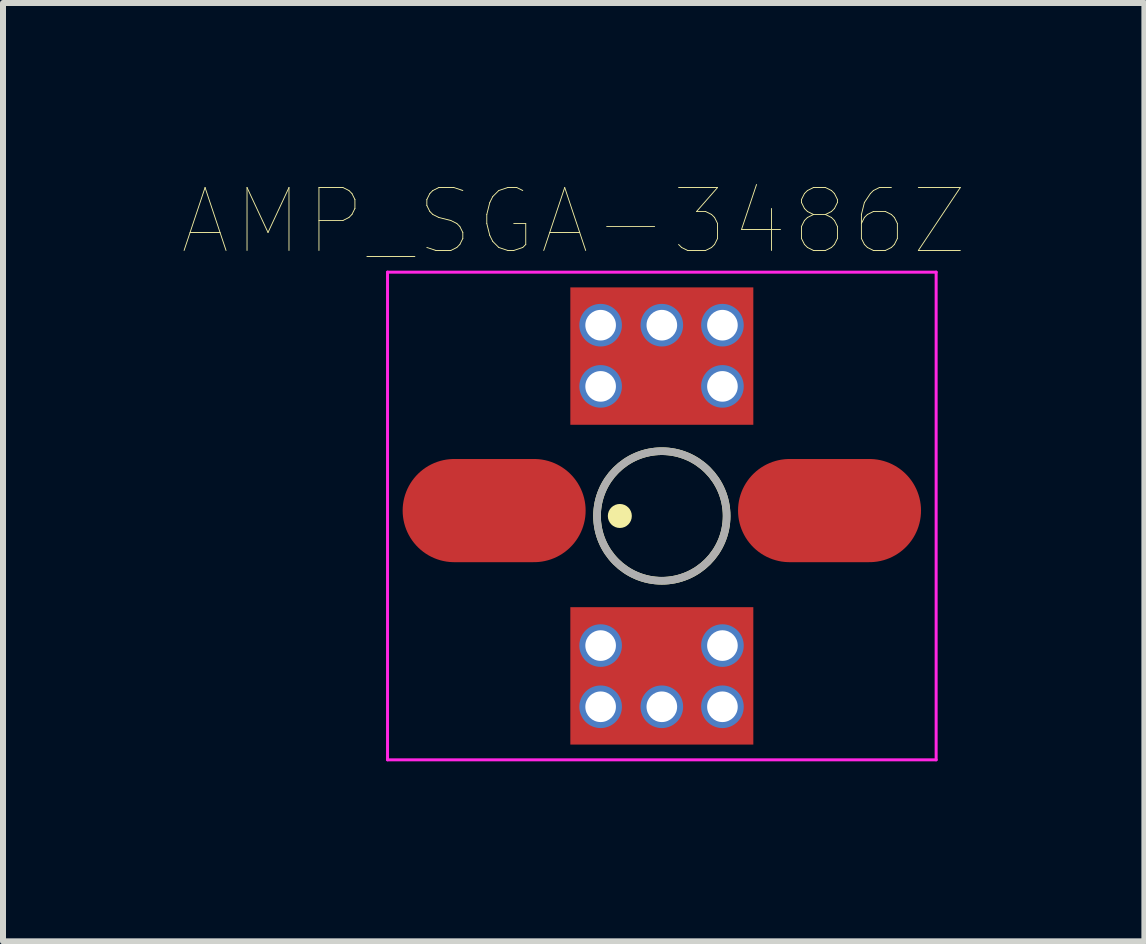
<source format=kicad_pcb>
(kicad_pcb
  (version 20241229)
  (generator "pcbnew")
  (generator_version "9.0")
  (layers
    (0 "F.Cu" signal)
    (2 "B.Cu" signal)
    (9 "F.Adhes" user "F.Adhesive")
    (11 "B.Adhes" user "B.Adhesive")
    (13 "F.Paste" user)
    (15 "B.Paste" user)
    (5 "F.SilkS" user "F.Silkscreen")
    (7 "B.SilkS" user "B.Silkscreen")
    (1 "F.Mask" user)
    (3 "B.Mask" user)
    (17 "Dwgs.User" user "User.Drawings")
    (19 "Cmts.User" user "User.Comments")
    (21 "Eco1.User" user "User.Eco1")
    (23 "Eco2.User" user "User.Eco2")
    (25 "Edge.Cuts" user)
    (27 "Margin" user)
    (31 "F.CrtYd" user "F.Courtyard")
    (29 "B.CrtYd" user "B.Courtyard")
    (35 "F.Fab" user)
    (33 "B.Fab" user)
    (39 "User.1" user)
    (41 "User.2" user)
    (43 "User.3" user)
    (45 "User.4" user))
  (footprint "AMP_SGA-3486Z"
    (layer "F.Cu")
    (at 7.981 5.55)
    (property "Reference" "AMP_SGA-3486Z" (at -1.469 -4.91 0) (layer "F.SilkS") (effects (font (size 1.049 1.049) (thickness 0.015))))
    (attr through_hole)
    (fp_circle (center -0.7 0) (end -0.6 0) (stroke (width 0.2) (type solid)) (fill no) (layer "F.SilkS"))
    (fp_circle (center 0 0) (end 1.08 0) (stroke (width 0.127) (type solid)) (fill no) (layer "F.SilkS"))
    (fp_line (start -4.572 -4.064) (end 4.572 -4.064) (stroke (width 0.05) (type solid)) (layer "F.CrtYd"))
    (fp_line (start -4.572 4.064) (end -4.572 -4.064) (stroke (width 0.05) (type solid)) (layer "F.CrtYd"))
    (fp_line (start 4.572 -4.064) (end 4.572 4.064) (stroke (width 0.05) (type solid)) (layer "F.CrtYd"))
    (fp_line (start 4.572 4.064) (end -4.572 4.064) (stroke (width 0.05) (type solid)) (layer "F.CrtYd"))
    (fp_circle (center 0 0) (end 1.08 0) (stroke (width 0.127) (type solid)) (fill no) (layer "F.Fab"))
    (pad "1" smd oval (at -2.795 -0.09) (size 3.05 1.72) (layers "F.Cu" "F.Mask" "F.Paste"))
    (pad "2" smd rect (at 0 2.665) (size 3.05 2.29) (layers "F.Cu" "F.Mask" "F.Paste"))
    (pad "3" smd oval (at 2.795 -0.09) (size 3.05 1.72) (layers "F.Cu" "F.Mask" "F.Paste"))
    (pad "4" smd rect (at 0 -2.665) (size 3.05 2.29) (layers "F.Cu" "F.Mask" "F.Paste"))
    (pad "P$1" thru_hole circle (at -1.02 -2.16) (size 0.71 0.71) (drill 0.51) (layers "*.Cu" "*.Mask"))
    (pad "P$2" thru_hole circle (at -1.02 -3.18) (size 0.71 0.71) (drill 0.51) (layers "*.Cu" "*.Mask"))
    (pad "P$3" thru_hole circle (at 0 -3.18) (size 0.71 0.71) (drill 0.51) (layers "*.Cu" "*.Mask"))
    (pad "P$4" thru_hole circle (at 1.01 -3.18) (size 0.71 0.71) (drill 0.51) (layers "*.Cu" "*.Mask"))
    (pad "P$5" thru_hole circle (at 1.01 -2.16) (size 0.71 0.71) (drill 0.51) (layers "*.Cu" "*.Mask"))
    (pad "P$6" thru_hole circle (at -1.02 2.16) (size 0.71 0.71) (drill 0.51) (layers "*.Cu" "*.Mask"))
    (pad "P$7" thru_hole circle (at -1.02 3.18) (size 0.71 0.71) (drill 0.51) (layers "*.Cu" "*.Mask"))
    (pad "P$8" thru_hole circle (at 0 3.18) (size 0.71 0.71) (drill 0.51) (layers "*.Cu" "*.Mask"))
    (pad "P$9" thru_hole circle (at 1.01 3.18) (size 0.71 0.71) (drill 0.51) (layers "*.Cu" "*.Mask"))
    (pad "P$10" thru_hole circle (at 1.01 2.16) (size 0.71 0.71) (drill 0.51) (layers "*.Cu" "*.Mask")))
  (gr_rect
    (start -3 -3)
    (end 16.024 12.639)
    (stroke (width 0.1) (type default))
    (fill no)
    (layer "Edge.Cuts")))
</source>
